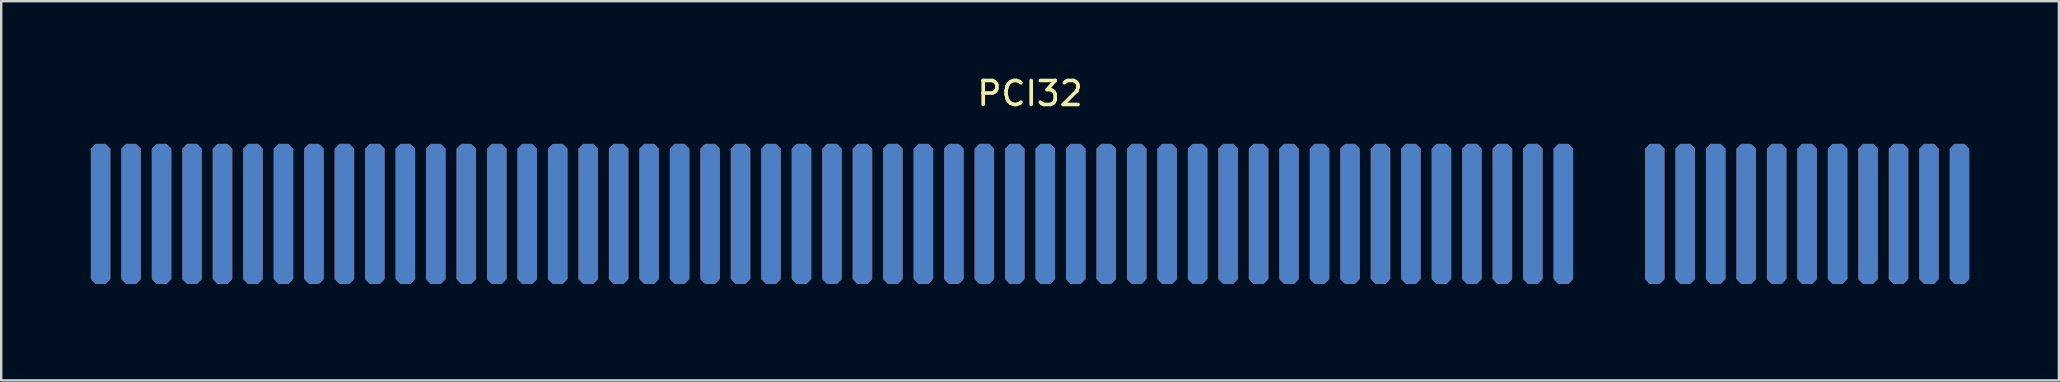
<source format=kicad_pcb>
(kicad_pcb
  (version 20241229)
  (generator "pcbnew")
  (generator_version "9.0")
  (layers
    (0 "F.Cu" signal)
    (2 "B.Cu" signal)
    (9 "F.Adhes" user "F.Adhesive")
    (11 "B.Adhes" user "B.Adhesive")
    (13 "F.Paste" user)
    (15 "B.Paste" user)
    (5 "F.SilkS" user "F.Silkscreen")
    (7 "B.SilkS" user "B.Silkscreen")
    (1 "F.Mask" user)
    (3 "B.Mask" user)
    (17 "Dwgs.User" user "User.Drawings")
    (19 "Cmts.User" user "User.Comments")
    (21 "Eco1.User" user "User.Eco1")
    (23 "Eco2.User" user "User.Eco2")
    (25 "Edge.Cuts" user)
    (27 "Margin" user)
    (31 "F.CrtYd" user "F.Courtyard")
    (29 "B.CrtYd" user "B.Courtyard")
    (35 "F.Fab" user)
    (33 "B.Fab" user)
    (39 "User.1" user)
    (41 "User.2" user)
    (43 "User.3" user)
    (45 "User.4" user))
  (footprint "PCI32"
    (layer "F.Cu")
    (at 1.143 5.866)
    (property "Reference" "PCI32" (at 38.735 -5.018 0) (layer "F.SilkS") (effects (font (size 1 1) (thickness 0.15))))
    (fp_rect (start -1.016 3.81) (end 61.849 -3.048) (stroke (width 0) (type default)) (fill yes) (layer "F.Mask"))
    (fp_rect (start 63.881 3.81) (end 78.486 -3.048) (stroke (width 0) (type default)) (fill yes) (layer "F.Mask"))
    (fp_rect (start -1.016 3.81) (end 61.849 -3.048) (stroke (width 0) (type default)) (fill yes) (layer "B.Mask"))
    (fp_rect (start 63.881 3.81) (end 78.486 -3.048) (stroke (width 0) (type default)) (fill yes) (layer "B.Mask"))
    (fp_line (start -1.016 3.175) (end -1.016 -3.81) (stroke (width 0.254) (type solid)) (layer "User.1"))
    (fp_line (start -1.016 3.175) (end -0.381 3.81) (stroke (width 0.254) (type solid)) (layer "User.1"))
    (fp_line (start -0.381 3.81) (end 61.341 3.81) (stroke (width 0.254) (type solid)) (layer "User.1"))
    (fp_line (start 61.341 3.81) (end 61.849 3.302) (stroke (width 0.254) (type solid)) (layer "User.1"))
    (fp_line (start 61.849 3.302) (end 61.849 -3.175) (stroke (width 0.254) (type solid)) (layer "User.1"))
    (fp_line (start 63.881 3.302) (end 63.881 -3.175) (stroke (width 0.254) (type solid)) (layer "User.1"))
    (fp_line (start 63.881 3.302) (end 64.389 3.81) (stroke (width 0.254) (type solid)) (layer "User.1"))
    (fp_line (start 64.389 3.81) (end 77.851 3.81) (stroke (width 0.254) (type solid)) (layer "User.1"))
    (fp_line (start 77.851 3.81) (end 78.486 3.175) (stroke (width 0.254) (type solid)) (layer "User.1"))
    (fp_line (start 78.486 3.175) (end 78.486 -3.81) (stroke (width 0.254) (type solid)) (layer "User.1"))
    (fp_arc (start 61.849 -3.175) (mid 62.865 -4.191) (end 63.881 -3.175) (stroke (width 0.254) (type solid)) (layer "User.1"))
    (pad "1" smd roundrect (at 0 0) (size 0.813 5.842) (layers "F.Cu" "F.Mask" "F.Paste") (roundrect_rratio 0.25) (chamfer_ratio 0.25) (chamfer top_left top_right bottom_left bottom_right))
    (pad "2" smd roundrect (at 1.27 0) (size 0.813 5.842) (layers "F.Cu" "F.Mask" "F.Paste") (roundrect_rratio 0.25) (chamfer_ratio 0.25) (chamfer top_left top_right bottom_left bottom_right))
    (pad "3" smd roundrect (at 2.54 0) (size 0.813 5.842) (layers "F.Cu" "F.Mask" "F.Paste") (roundrect_rratio 0.25) (chamfer_ratio 0.25) (chamfer top_left top_right bottom_left bottom_right))
    (pad "4" smd roundrect (at 3.81 0) (size 0.813 5.842) (layers "F.Cu" "F.Mask" "F.Paste") (roundrect_rratio 0.25) (chamfer_ratio 0.25) (chamfer top_left top_right bottom_left bottom_right))
    (pad "5" smd roundrect (at 5.08 0) (size 0.813 5.842) (layers "F.Cu" "F.Mask" "F.Paste") (roundrect_rratio 0.25) (chamfer_ratio 0.25) (chamfer top_left top_right bottom_left bottom_right))
    (pad "6" smd roundrect (at 6.35 0) (size 0.813 5.842) (layers "F.Cu" "F.Mask" "F.Paste") (roundrect_rratio 0.25) (chamfer_ratio 0.25) (chamfer top_left top_right bottom_left bottom_right))
    (pad "7" smd roundrect (at 7.62 0) (size 0.813 5.842) (layers "F.Cu" "F.Mask" "F.Paste") (roundrect_rratio 0.25) (chamfer_ratio 0.25) (chamfer top_left top_right bottom_left bottom_right))
    (pad "8" smd roundrect (at 8.89 0) (size 0.813 5.842) (layers "F.Cu" "F.Mask" "F.Paste") (roundrect_rratio 0.25) (chamfer_ratio 0.25) (chamfer top_left top_right bottom_left bottom_right))
    (pad "9" smd roundrect (at 10.16 0) (size 0.813 5.842) (layers "F.Cu" "F.Mask" "F.Paste") (roundrect_rratio 0.25) (chamfer_ratio 0.25) (chamfer top_left top_right bottom_left bottom_right))
    (pad "10" smd roundrect (at 11.43 0) (size 0.813 5.842) (layers "F.Cu" "F.Mask" "F.Paste") (roundrect_rratio 0.25) (chamfer_ratio 0.25) (chamfer top_left top_right bottom_left bottom_right))
    (pad "11" smd roundrect (at 12.7 0) (size 0.813 5.842) (layers "F.Cu" "F.Mask" "F.Paste") (roundrect_rratio 0.25) (chamfer_ratio 0.25) (chamfer top_left top_right bottom_left bottom_right))
    (pad "12" smd roundrect (at 13.97 0) (size 0.813 5.842) (layers "F.Cu" "F.Mask" "F.Paste") (roundrect_rratio 0.25) (chamfer_ratio 0.25) (chamfer top_left top_right bottom_left bottom_right))
    (pad "13" smd roundrect (at 15.24 0) (size 0.813 5.842) (layers "F.Cu" "F.Mask" "F.Paste") (roundrect_rratio 0.25) (chamfer_ratio 0.25) (chamfer top_left top_right bottom_left bottom_right))
    (pad "14" smd roundrect (at 16.51 0) (size 0.813 5.842) (layers "F.Cu" "F.Mask" "F.Paste") (roundrect_rratio 0.25) (chamfer_ratio 0.25) (chamfer top_left top_right bottom_left bottom_right))
    (pad "15" smd roundrect (at 17.78 0) (size 0.813 5.842) (layers "F.Cu" "F.Mask" "F.Paste") (roundrect_rratio 0.25) (chamfer_ratio 0.25) (chamfer top_left top_right bottom_left bottom_right))
    (pad "16" smd roundrect (at 19.05 0) (size 0.813 5.842) (layers "F.Cu" "F.Mask" "F.Paste") (roundrect_rratio 0.25) (chamfer_ratio 0.25) (chamfer top_left top_right bottom_left bottom_right))
    (pad "17" smd roundrect (at 20.32 0) (size 0.813 5.842) (layers "F.Cu" "F.Mask" "F.Paste") (roundrect_rratio 0.25) (chamfer_ratio 0.25) (chamfer top_left top_right bottom_left bottom_right))
    (pad "18" smd roundrect (at 21.59 0) (size 0.813 5.842) (layers "F.Cu" "F.Mask" "F.Paste") (roundrect_rratio 0.25) (chamfer_ratio 0.25) (chamfer top_left top_right bottom_left bottom_right))
    (pad "19" smd roundrect (at 22.86 0) (size 0.813 5.842) (layers "F.Cu" "F.Mask" "F.Paste") (roundrect_rratio 0.25) (chamfer_ratio 0.25) (chamfer top_left top_right bottom_left bottom_right))
    (pad "20" smd roundrect (at 24.13 0) (size 0.813 5.842) (layers "F.Cu" "F.Mask" "F.Paste") (roundrect_rratio 0.25) (chamfer_ratio 0.25) (chamfer top_left top_right bottom_left bottom_right))
    (pad "21" smd roundrect (at 25.4 0) (size 0.813 5.842) (layers "F.Cu" "F.Mask" "F.Paste") (roundrect_rratio 0.25) (chamfer_ratio 0.25) (chamfer top_left top_right bottom_left bottom_right))
    (pad "22" smd roundrect (at 26.67 0) (size 0.813 5.842) (layers "F.Cu" "F.Mask" "F.Paste") (roundrect_rratio 0.25) (chamfer_ratio 0.25) (chamfer top_left top_right bottom_left bottom_right))
    (pad "23" smd roundrect (at 27.94 0) (size 0.813 5.842) (layers "F.Cu" "F.Mask" "F.Paste") (roundrect_rratio 0.25) (chamfer_ratio 0.25) (chamfer top_left top_right bottom_left bottom_right))
    (pad "24" smd roundrect (at 29.21 0) (size 0.813 5.842) (layers "F.Cu" "F.Mask" "F.Paste") (roundrect_rratio 0.25) (chamfer_ratio 0.25) (chamfer top_left top_right bottom_left bottom_right))
    (pad "25" smd roundrect (at 30.48 0) (size 0.813 5.842) (layers "F.Cu" "F.Mask" "F.Paste") (roundrect_rratio 0.25) (chamfer_ratio 0.25) (chamfer top_left top_right bottom_left bottom_right))
    (pad "26" smd roundrect (at 31.75 0) (size 0.813 5.842) (layers "F.Cu" "F.Mask" "F.Paste") (roundrect_rratio 0.25) (chamfer_ratio 0.25) (chamfer top_left top_right bottom_left bottom_right))
    (pad "27" smd roundrect (at 33.02 0) (size 0.813 5.842) (layers "F.Cu" "F.Mask" "F.Paste") (roundrect_rratio 0.25) (chamfer_ratio 0.25) (chamfer top_left top_right bottom_left bottom_right))
    (pad "28" smd roundrect (at 34.29 0) (size 0.813 5.842) (layers "F.Cu" "F.Mask" "F.Paste") (roundrect_rratio 0.25) (chamfer_ratio 0.25) (chamfer top_left top_right bottom_left bottom_right))
    (pad "29" smd roundrect (at 35.56 0) (size 0.813 5.842) (layers "F.Cu" "F.Mask" "F.Paste") (roundrect_rratio 0.25) (chamfer_ratio 0.25) (chamfer top_left top_right bottom_left bottom_right))
    (pad "30" smd roundrect (at 36.83 0) (size 0.813 5.842) (layers "F.Cu" "F.Mask" "F.Paste") (roundrect_rratio 0.25) (chamfer_ratio 0.25) (chamfer top_left top_right bottom_left bottom_right))
    (pad "31" smd roundrect (at 38.1 0) (size 0.813 5.842) (layers "F.Cu" "F.Mask" "F.Paste") (roundrect_rratio 0.25) (chamfer_ratio 0.25) (chamfer top_left top_right bottom_left bottom_right))
    (pad "32" smd roundrect (at 39.37 0) (size 0.813 5.842) (layers "F.Cu" "F.Mask" "F.Paste") (roundrect_rratio 0.25) (chamfer_ratio 0.25) (chamfer top_left top_right bottom_left bottom_right))
    (pad "33" smd roundrect (at 40.64 0) (size 0.813 5.842) (layers "F.Cu" "F.Mask" "F.Paste") (roundrect_rratio 0.25) (chamfer_ratio 0.25) (chamfer top_left top_right bottom_left bottom_right))
    (pad "34" smd roundrect (at 41.91 0) (size 0.813 5.842) (layers "F.Cu" "F.Mask" "F.Paste") (roundrect_rratio 0.25) (chamfer_ratio 0.25) (chamfer top_left top_right bottom_left bottom_right))
    (pad "35" smd roundrect (at 43.18 0) (size 0.813 5.842) (layers "F.Cu" "F.Mask" "F.Paste") (roundrect_rratio 0.25) (chamfer_ratio 0.25) (chamfer top_left top_right bottom_left bottom_right))
    (pad "36" smd roundrect (at 44.45 0) (size 0.813 5.842) (layers "F.Cu" "F.Mask" "F.Paste") (roundrect_rratio 0.25) (chamfer_ratio 0.25) (chamfer top_left top_right bottom_left bottom_right))
    (pad "37" smd roundrect (at 45.72 0) (size 0.813 5.842) (layers "F.Cu" "F.Mask" "F.Paste") (roundrect_rratio 0.25) (chamfer_ratio 0.25) (chamfer top_left top_right bottom_left bottom_right))
    (pad "38" smd roundrect (at 46.99 0) (size 0.813 5.842) (layers "F.Cu" "F.Mask" "F.Paste") (roundrect_rratio 0.25) (chamfer_ratio 0.25) (chamfer top_left top_right bottom_left bottom_right))
    (pad "39" smd roundrect (at 48.26 0) (size 0.813 5.842) (layers "F.Cu" "F.Mask" "F.Paste") (roundrect_rratio 0.25) (chamfer_ratio 0.25) (chamfer top_left top_right bottom_left bottom_right))
    (pad "40" smd roundrect (at 49.53 0) (size 0.813 5.842) (layers "F.Cu" "F.Mask" "F.Paste") (roundrect_rratio 0.25) (chamfer_ratio 0.25) (chamfer top_left top_right bottom_left bottom_right))
    (pad "41" smd roundrect (at 50.8 0) (size 0.813 5.842) (layers "F.Cu" "F.Mask" "F.Paste") (roundrect_rratio 0.25) (chamfer_ratio 0.25) (chamfer top_left top_right bottom_left bottom_right))
    (pad "42" smd roundrect (at 52.07 0) (size 0.813 5.842) (layers "F.Cu" "F.Mask" "F.Paste") (roundrect_rratio 0.25) (chamfer_ratio 0.25) (chamfer top_left top_right bottom_left bottom_right))
    (pad "43" smd roundrect (at 53.34 0) (size 0.813 5.842) (layers "F.Cu" "F.Mask" "F.Paste") (roundrect_rratio 0.25) (chamfer_ratio 0.25) (chamfer top_left top_right bottom_left bottom_right))
    (pad "44" smd roundrect (at 54.61 0) (size 0.813 5.842) (layers "F.Cu" "F.Mask" "F.Paste") (roundrect_rratio 0.25) (chamfer_ratio 0.25) (chamfer top_left top_right bottom_left bottom_right))
    (pad "45" smd roundrect (at 55.88 0) (size 0.813 5.842) (layers "F.Cu" "F.Mask" "F.Paste") (roundrect_rratio 0.25) (chamfer_ratio 0.25) (chamfer top_left top_right bottom_left bottom_right))
    (pad "46" smd roundrect (at 57.15 0) (size 0.813 5.842) (layers "F.Cu" "F.Mask" "F.Paste") (roundrect_rratio 0.25) (chamfer_ratio 0.25) (chamfer top_left top_right bottom_left bottom_right))
    (pad "47" smd roundrect (at 58.42 0) (size 0.813 5.842) (layers "F.Cu" "F.Mask" "F.Paste") (roundrect_rratio 0.25) (chamfer_ratio 0.25) (chamfer top_left top_right bottom_left bottom_right))
    (pad "48" smd roundrect (at 59.69 0) (size 0.813 5.842) (layers "F.Cu" "F.Mask" "F.Paste") (roundrect_rratio 0.25) (chamfer_ratio 0.25) (chamfer top_left top_right bottom_left bottom_right))
    (pad "49" smd roundrect (at 60.96 0) (size 0.813 5.842) (layers "F.Cu" "F.Mask" "F.Paste") (roundrect_rratio 0.25) (chamfer_ratio 0.25) (chamfer top_left top_right bottom_left bottom_right))
    (pad "52" smd roundrect (at 64.77 0) (size 0.813 5.842) (layers "F.Cu" "F.Mask" "F.Paste") (roundrect_rratio 0.25) (chamfer_ratio 0.25) (chamfer top_left top_right bottom_left bottom_right))
    (pad "53" smd roundrect (at 66.04 0) (size 0.813 5.842) (layers "F.Cu" "F.Mask" "F.Paste") (roundrect_rratio 0.25) (chamfer_ratio 0.25) (chamfer top_left top_right bottom_left bottom_right))
    (pad "54" smd roundrect (at 67.31 0) (size 0.813 5.842) (layers "F.Cu" "F.Mask" "F.Paste") (roundrect_rratio 0.25) (chamfer_ratio 0.25) (chamfer top_left top_right bottom_left bottom_right))
    (pad "55" smd roundrect (at 68.58 0) (size 0.813 5.842) (layers "F.Cu" "F.Mask" "F.Paste") (roundrect_rratio 0.25) (chamfer_ratio 0.25) (chamfer top_left top_right bottom_left bottom_right))
    (pad "56" smd roundrect (at 69.85 0) (size 0.813 5.842) (layers "F.Cu" "F.Mask" "F.Paste") (roundrect_rratio 0.25) (chamfer_ratio 0.25) (chamfer top_left top_right bottom_left bottom_right))
    (pad "57" smd roundrect (at 71.12 0) (size 0.813 5.842) (layers "F.Cu" "F.Mask" "F.Paste") (roundrect_rratio 0.25) (chamfer_ratio 0.25) (chamfer top_left top_right bottom_left bottom_right))
    (pad "58" smd roundrect (at 72.39 0) (size 0.813 5.842) (layers "F.Cu" "F.Mask" "F.Paste") (roundrect_rratio 0.25) (chamfer_ratio 0.25) (chamfer top_left top_right bottom_left bottom_right))
    (pad "59" smd roundrect (at 73.66 0) (size 0.813 5.842) (layers "F.Cu" "F.Mask" "F.Paste") (roundrect_rratio 0.25) (chamfer_ratio 0.25) (chamfer top_left top_right bottom_left bottom_right))
    (pad "60" smd roundrect (at 74.93 0) (size 0.813 5.842) (layers "F.Cu" "F.Mask" "F.Paste") (roundrect_rratio 0.25) (chamfer_ratio 0.25) (chamfer top_left top_right bottom_left bottom_right))
    (pad "61" smd roundrect (at 76.2 0) (size 0.813 5.842) (layers "F.Cu" "F.Mask" "F.Paste") (roundrect_rratio 0.25) (chamfer_ratio 0.25) (chamfer top_left top_right bottom_left bottom_right))
    (pad "62" smd roundrect (at 77.47 0) (size 0.813 5.842) (layers "F.Cu" "F.Mask" "F.Paste") (roundrect_rratio 0.25) (chamfer_ratio 0.25) (chamfer top_left top_right bottom_left bottom_right))
    (pad "63" smd roundrect (at 77.47 0) (size 0.813 5.842) (layers "B.Cu" "B.Mask" "B.Paste") (roundrect_rratio 0.25) (chamfer_ratio 0.25) (chamfer top_left top_right bottom_left bottom_right))
    (pad "64" smd roundrect (at 76.2 0) (size 0.813 5.842) (layers "B.Cu" "B.Mask" "B.Paste") (roundrect_rratio 0.25) (chamfer_ratio 0.25) (chamfer top_left top_right bottom_left bottom_right))
    (pad "65" smd roundrect (at 74.93 0) (size 0.813 5.842) (layers "B.Cu" "B.Mask" "B.Paste") (roundrect_rratio 0.25) (chamfer_ratio 0.25) (chamfer top_left top_right bottom_left bottom_right))
    (pad "66" smd roundrect (at 73.66 0) (size 0.813 5.842) (layers "B.Cu" "B.Mask" "B.Paste") (roundrect_rratio 0.25) (chamfer_ratio 0.25) (chamfer top_left top_right bottom_left bottom_right))
    (pad "67" smd roundrect (at 72.39 0) (size 0.813 5.842) (layers "B.Cu" "B.Mask" "B.Paste") (roundrect_rratio 0.25) (chamfer_ratio 0.25) (chamfer top_left top_right bottom_left bottom_right))
    (pad "68" smd roundrect (at 71.12 0) (size 0.813 5.842) (layers "B.Cu" "B.Mask" "B.Paste") (roundrect_rratio 0.25) (chamfer_ratio 0.25) (chamfer top_left top_right bottom_left bottom_right))
    (pad "69" smd roundrect (at 69.85 0) (size 0.813 5.842) (layers "B.Cu" "B.Mask" "B.Paste") (roundrect_rratio 0.25) (chamfer_ratio 0.25) (chamfer top_left top_right bottom_left bottom_right))
    (pad "70" smd roundrect (at 68.58 0) (size 0.813 5.842) (layers "B.Cu" "B.Mask" "B.Paste") (roundrect_rratio 0.25) (chamfer_ratio 0.25) (chamfer top_left top_right bottom_left bottom_right))
    (pad "71" smd roundrect (at 67.31 0) (size 0.813 5.842) (layers "B.Cu" "B.Mask" "B.Paste") (roundrect_rratio 0.25) (chamfer_ratio 0.25) (chamfer top_left top_right bottom_left bottom_right))
    (pad "72" smd roundrect (at 66.04 0) (size 0.813 5.842) (layers "B.Cu" "B.Mask" "B.Paste") (roundrect_rratio 0.25) (chamfer_ratio 0.25) (chamfer top_left top_right bottom_left bottom_right))
    (pad "73" smd roundrect (at 64.77 0) (size 0.813 5.842) (layers "B.Cu" "B.Mask" "B.Paste") (roundrect_rratio 0.25) (chamfer_ratio 0.25) (chamfer top_left top_right bottom_left bottom_right))
    (pad "76" smd roundrect (at 60.96 0) (size 0.813 5.842) (layers "B.Cu" "B.Mask" "B.Paste") (roundrect_rratio 0.25) (chamfer_ratio 0.25) (chamfer top_left top_right bottom_left bottom_right))
    (pad "77" smd roundrect (at 59.69 0) (size 0.813 5.842) (layers "B.Cu" "B.Mask" "B.Paste") (roundrect_rratio 0.25) (chamfer_ratio 0.25) (chamfer top_left top_right bottom_left bottom_right))
    (pad "78" smd roundrect (at 58.42 0) (size 0.813 5.842) (layers "B.Cu" "B.Mask" "B.Paste") (roundrect_rratio 0.25) (chamfer_ratio 0.25) (chamfer top_left top_right bottom_left bottom_right))
    (pad "79" smd roundrect (at 57.15 0) (size 0.813 5.842) (layers "B.Cu" "B.Mask" "B.Paste") (roundrect_rratio 0.25) (chamfer_ratio 0.25) (chamfer top_left top_right bottom_left bottom_right))
    (pad "80" smd roundrect (at 55.88 0) (size 0.813 5.842) (layers "B.Cu" "B.Mask" "B.Paste") (roundrect_rratio 0.25) (chamfer_ratio 0.25) (chamfer top_left top_right bottom_left bottom_right))
    (pad "81" smd roundrect (at 54.61 0) (size 0.813 5.842) (layers "B.Cu" "B.Mask" "B.Paste") (roundrect_rratio 0.25) (chamfer_ratio 0.25) (chamfer top_left top_right bottom_left bottom_right))
    (pad "82" smd roundrect (at 53.34 0) (size 0.813 5.842) (layers "B.Cu" "B.Mask" "B.Paste") (roundrect_rratio 0.25) (chamfer_ratio 0.25) (chamfer top_left top_right bottom_left bottom_right))
    (pad "83" smd roundrect (at 52.07 0) (size 0.813 5.842) (layers "B.Cu" "B.Mask" "B.Paste") (roundrect_rratio 0.25) (chamfer_ratio 0.25) (chamfer top_left top_right bottom_left bottom_right))
    (pad "84" smd roundrect (at 50.8 0) (size 0.813 5.842) (layers "B.Cu" "B.Mask" "B.Paste") (roundrect_rratio 0.25) (chamfer_ratio 0.25) (chamfer top_left top_right bottom_left bottom_right))
    (pad "85" smd roundrect (at 49.53 0) (size 0.813 5.842) (layers "B.Cu" "B.Mask" "B.Paste") (roundrect_rratio 0.25) (chamfer_ratio 0.25) (chamfer top_left top_right bottom_left bottom_right))
    (pad "86" smd roundrect (at 48.26 0) (size 0.813 5.842) (layers "B.Cu" "B.Mask" "B.Paste") (roundrect_rratio 0.25) (chamfer_ratio 0.25) (chamfer top_left top_right bottom_left bottom_right))
    (pad "87" smd roundrect (at 46.99 0) (size 0.813 5.842) (layers "B.Cu" "B.Mask" "B.Paste") (roundrect_rratio 0.25) (chamfer_ratio 0.25) (chamfer top_left top_right bottom_left bottom_right))
    (pad "88" smd roundrect (at 45.72 0) (size 0.813 5.842) (layers "B.Cu" "B.Mask" "B.Paste") (roundrect_rratio 0.25) (chamfer_ratio 0.25) (chamfer top_left top_right bottom_left bottom_right))
    (pad "89" smd roundrect (at 44.45 0) (size 0.813 5.842) (layers "B.Cu" "B.Mask" "B.Paste") (roundrect_rratio 0.25) (chamfer_ratio 0.25) (chamfer top_left top_right bottom_left bottom_right))
    (pad "90" smd roundrect (at 43.18 0) (size 0.813 5.842) (layers "B.Cu" "B.Mask" "B.Paste") (roundrect_rratio 0.25) (chamfer_ratio 0.25) (chamfer top_left top_right bottom_left bottom_right))
    (pad "91" smd roundrect (at 41.91 0) (size 0.813 5.842) (layers "B.Cu" "B.Mask" "B.Paste") (roundrect_rratio 0.25) (chamfer_ratio 0.25) (chamfer top_left top_right bottom_left bottom_right))
    (pad "92" smd roundrect (at 40.64 0) (size 0.813 5.842) (layers "B.Cu" "B.Mask" "B.Paste") (roundrect_rratio 0.25) (chamfer_ratio 0.25) (chamfer top_left top_right bottom_left bottom_right))
    (pad "93" smd roundrect (at 39.37 0) (size 0.813 5.842) (layers "B.Cu" "B.Mask" "B.Paste") (roundrect_rratio 0.25) (chamfer_ratio 0.25) (chamfer top_left top_right bottom_left bottom_right))
    (pad "94" smd roundrect (at 38.1 0) (size 0.813 5.842) (layers "B.Cu" "B.Mask" "B.Paste") (roundrect_rratio 0.25) (chamfer_ratio 0.25) (chamfer top_left top_right bottom_left bottom_right))
    (pad "95" smd roundrect (at 36.83 0) (size 0.813 5.842) (layers "B.Cu" "B.Mask" "B.Paste") (roundrect_rratio 0.25) (chamfer_ratio 0.25) (chamfer top_left top_right bottom_left bottom_right))
    (pad "96" smd roundrect (at 35.56 0) (size 0.813 5.842) (layers "B.Cu" "B.Mask" "B.Paste") (roundrect_rratio 0.25) (chamfer_ratio 0.25) (chamfer top_left top_right bottom_left bottom_right))
    (pad "97" smd roundrect (at 34.29 0) (size 0.813 5.842) (layers "B.Cu" "B.Mask" "B.Paste") (roundrect_rratio 0.25) (chamfer_ratio 0.25) (chamfer top_left top_right bottom_left bottom_right))
    (pad "98" smd roundrect (at 33.02 0) (size 0.813 5.842) (layers "B.Cu" "B.Mask" "B.Paste") (roundrect_rratio 0.25) (chamfer_ratio 0.25) (chamfer top_left top_right bottom_left bottom_right))
    (pad "99" smd roundrect (at 31.75 0) (size 0.813 5.842) (layers "B.Cu" "B.Mask" "B.Paste") (roundrect_rratio 0.25) (chamfer_ratio 0.25) (chamfer top_left top_right bottom_left bottom_right))
    (pad "100" smd roundrect (at 30.48 0) (size 0.813 5.842) (layers "B.Cu" "B.Mask" "B.Paste") (roundrect_rratio 0.25) (chamfer_ratio 0.25) (chamfer top_left top_right bottom_left bottom_right))
    (pad "101" smd roundrect (at 29.21 0) (size 0.813 5.842) (layers "B.Cu" "B.Mask" "B.Paste") (roundrect_rratio 0.25) (chamfer_ratio 0.25) (chamfer top_left top_right bottom_left bottom_right))
    (pad "102" smd roundrect (at 27.94 0) (size 0.813 5.842) (layers "B.Cu" "B.Mask" "B.Paste") (roundrect_rratio 0.25) (chamfer_ratio 0.25) (chamfer top_left top_right bottom_left bottom_right))
    (pad "103" smd roundrect (at 26.67 0) (size 0.813 5.842) (layers "B.Cu" "B.Mask" "B.Paste") (roundrect_rratio 0.25) (chamfer_ratio 0.25) (chamfer top_left top_right bottom_left bottom_right))
    (pad "104" smd roundrect (at 25.4 0) (size 0.813 5.842) (layers "B.Cu" "B.Mask" "B.Paste") (roundrect_rratio 0.25) (chamfer_ratio 0.25) (chamfer top_left top_right bottom_left bottom_right))
    (pad "105" smd roundrect (at 24.13 0) (size 0.813 5.842) (layers "B.Cu" "B.Mask" "B.Paste") (roundrect_rratio 0.25) (chamfer_ratio 0.25) (chamfer top_left top_right bottom_left bottom_right))
    (pad "106" smd roundrect (at 22.86 0) (size 0.813 5.842) (layers "B.Cu" "B.Mask" "B.Paste") (roundrect_rratio 0.25) (chamfer_ratio 0.25) (chamfer top_left top_right bottom_left bottom_right))
    (pad "107" smd roundrect (at 21.59 0) (size 0.813 5.842) (layers "B.Cu" "B.Mask" "B.Paste") (roundrect_rratio 0.25) (chamfer_ratio 0.25) (chamfer top_left top_right bottom_left bottom_right))
    (pad "108" smd roundrect (at 20.32 0) (size 0.813 5.842) (layers "B.Cu" "B.Mask" "B.Paste") (roundrect_rratio 0.25) (chamfer_ratio 0.25) (chamfer top_left top_right bottom_left bottom_right))
    (pad "109" smd roundrect (at 19.05 0) (size 0.813 5.842) (layers "B.Cu" "B.Mask" "B.Paste") (roundrect_rratio 0.25) (chamfer_ratio 0.25) (chamfer top_left top_right bottom_left bottom_right))
    (pad "110" smd roundrect (at 17.78 0) (size 0.813 5.842) (layers "B.Cu" "B.Mask" "B.Paste") (roundrect_rratio 0.25) (chamfer_ratio 0.25) (chamfer top_left top_right bottom_left bottom_right))
    (pad "111" smd roundrect (at 16.51 0) (size 0.813 5.842) (layers "B.Cu" "B.Mask" "B.Paste") (roundrect_rratio 0.25) (chamfer_ratio 0.25) (chamfer top_left top_right bottom_left bottom_right))
    (pad "112" smd roundrect (at 15.24 0) (size 0.813 5.842) (layers "B.Cu" "B.Mask" "B.Paste") (roundrect_rratio 0.25) (chamfer_ratio 0.25) (chamfer top_left top_right bottom_left bottom_right))
    (pad "113" smd roundrect (at 13.97 0) (size 0.813 5.842) (layers "B.Cu" "B.Mask" "B.Paste") (roundrect_rratio 0.25) (chamfer_ratio 0.25) (chamfer top_left top_right bottom_left bottom_right))
    (pad "114" smd roundrect (at 12.7 0) (size 0.813 5.842) (layers "B.Cu" "B.Mask" "B.Paste") (roundrect_rratio 0.25) (chamfer_ratio 0.25) (chamfer top_left top_right bottom_left bottom_right))
    (pad "115" smd roundrect (at 11.43 0) (size 0.813 5.842) (layers "B.Cu" "B.Mask" "B.Paste") (roundrect_rratio 0.25) (chamfer_ratio 0.25) (chamfer top_left top_right bottom_left bottom_right))
    (pad "116" smd roundrect (at 10.16 0) (size 0.813 5.842) (layers "B.Cu" "B.Mask" "B.Paste") (roundrect_rratio 0.25) (chamfer_ratio 0.25) (chamfer top_left top_right bottom_left bottom_right))
    (pad "117" smd roundrect (at 8.89 0) (size 0.813 5.842) (layers "B.Cu" "B.Mask" "B.Paste") (roundrect_rratio 0.25) (chamfer_ratio 0.25) (chamfer top_left top_right bottom_left bottom_right))
    (pad "118" smd roundrect (at 7.62 0) (size 0.813 5.842) (layers "B.Cu" "B.Mask" "B.Paste") (roundrect_rratio 0.25) (chamfer_ratio 0.25) (chamfer top_left top_right bottom_left bottom_right))
    (pad "119" smd roundrect (at 6.35 0) (size 0.813 5.842) (layers "B.Cu" "B.Mask" "B.Paste") (roundrect_rratio 0.25) (chamfer_ratio 0.25) (chamfer top_left top_right bottom_left bottom_right))
    (pad "120" smd roundrect (at 5.08 0) (size 0.813 5.842) (layers "B.Cu" "B.Mask" "B.Paste") (roundrect_rratio 0.25) (chamfer_ratio 0.25) (chamfer top_left top_right bottom_left bottom_right))
    (pad "121" smd roundrect (at 3.81 0) (size 0.813 5.842) (layers "B.Cu" "B.Mask" "B.Paste") (roundrect_rratio 0.25) (chamfer_ratio 0.25) (chamfer top_left top_right bottom_left bottom_right))
    (pad "122" smd roundrect (at 2.54 0) (size 0.813 5.842) (layers "B.Cu" "B.Mask" "B.Paste") (roundrect_rratio 0.25) (chamfer_ratio 0.25) (chamfer top_left top_right bottom_left bottom_right))
    (pad "123" smd roundrect (at 1.27 0) (size 0.813 5.842) (layers "B.Cu" "B.Mask" "B.Paste") (roundrect_rratio 0.25) (chamfer_ratio 0.25) (chamfer top_left top_right bottom_left bottom_right))
    (pad "124" smd roundrect (at 0 0) (size 0.813 5.842) (layers "B.Cu" "B.Mask" "B.Paste") (roundrect_rratio 0.25) (chamfer_ratio 0.25) (chamfer top_left top_right bottom_left bottom_right))
    (zone (net_name "") (layers "F.Cu" "B.Cu") (hatch edge 0.5) (connect_pads) (min_thickness 0.25) (filled_areas_thickness no) (keepout (tracks not_allowed) (vias not_allowed) (pads not_allowed) (copperpour not_allowed) (footprints allowed)) (placement (enabled no)) (fill) (polygon (pts (xy 0.002 2.031) (xy 0.021 1.986) (xy 0.056 1.951) (xy 0.102 1.932) (xy 0.152 1.932) (xy 0.198 1.951) (xy 0.233 1.986) (xy 0.252 2.031) (xy 0.254 2.056) (xy 0.254 9.041) (xy 0.252 9.066) (xy 0.233 9.112) (xy 0.198 9.147) (xy 0.152 9.166) (xy 0.102 9.166) (xy 0.056 9.147) (xy 0.021 9.112) (xy 0.002 9.066) (xy 0 9.041) (xy 0 2.056))))
    (zone (net_name "") (layers "F.Cu" "B.Cu") (hatch edge 0.5) (connect_pads) (min_thickness 0.25) (filled_areas_thickness no) (keepout (tracks not_allowed) (vias not_allowed) (pads not_allowed) (copperpour not_allowed) (footprints allowed)) (placement (enabled no)) (fill) (polygon (pts (xy 0.868 9.606) (xy 0.887 9.651) (xy 0.887 9.701) (xy 0.868 9.747) (xy 0.833 9.782) (xy 0.787 9.801) (xy 0.737 9.801) (xy 0.691 9.782) (xy 0.672 9.766) (xy 0.037 9.131) (xy 0.021 9.112) (xy 0.002 9.066) (xy 0.002 9.016) (xy 0.021 8.971) (xy 0.056 8.936) (xy 0.102 8.917) (xy 0.152 8.917) (xy 0.198 8.936) (xy 0.217 8.951) (xy 0.852 9.586))))
    (zone (net_name "") (layers "F.Cu" "B.Cu") (hatch edge 0.5) (connect_pads) (min_thickness 0.25) (filled_areas_thickness no) (keepout (tracks not_allowed) (vias not_allowed) (pads not_allowed) (copperpour not_allowed) (footprints allowed)) (placement (enabled no)) (fill) (polygon (pts (xy 62.509 9.552) (xy 62.555 9.571) (xy 62.59 9.606) (xy 62.609 9.651) (xy 62.609 9.701) (xy 62.59 9.747) (xy 62.555 9.782) (xy 62.509 9.801) (xy 62.484 9.803) (xy 0.762 9.803) (xy 0.737 9.801) (xy 0.691 9.782) (xy 0.656 9.747) (xy 0.637 9.701) (xy 0.637 9.651) (xy 0.656 9.606) (xy 0.691 9.571) (xy 0.737 9.552) (xy 0.762 9.549) (xy 62.484 9.549))))
    (zone (net_name "") (layers "F.Cu" "B.Cu") (hatch edge 0.5) (connect_pads) (min_thickness 0.25) (filled_areas_thickness no) (keepout (tracks not_allowed) (vias not_allowed) (pads not_allowed) (copperpour not_allowed) (footprints allowed)) (placement (enabled no)) (fill) (polygon (pts (xy 62.867 2.666) (xy 62.886 2.621) (xy 62.921 2.586) (xy 62.967 2.567) (xy 63.017 2.567) (xy 63.063 2.586) (xy 63.098 2.621) (xy 63.117 2.666) (xy 63.119 2.691) (xy 63.119 9.168) (xy 63.117 9.193) (xy 63.098 9.239) (xy 63.063 9.274) (xy 63.017 9.293) (xy 62.967 9.293) (xy 62.921 9.274) (xy 62.886 9.239) (xy 62.867 9.193) (xy 62.865 9.168) (xy 62.865 2.691))))
    (zone (net_name "") (layers "F.Cu" "B.Cu") (hatch edge 0.5) (connect_pads) (min_thickness 0.25) (filled_areas_thickness no) (keepout (tracks not_allowed) (vias not_allowed) (pads not_allowed) (copperpour not_allowed) (footprints allowed)) (placement (enabled no)) (fill) (polygon (pts (xy 62.921 9.063) (xy 62.967 9.044) (xy 63.017 9.044) (xy 63.063 9.063) (xy 63.098 9.098) (xy 63.117 9.143) (xy 63.117 9.193) (xy 63.098 9.239) (xy 63.082 9.258) (xy 62.574 9.766) (xy 62.555 9.782) (xy 62.509 9.801) (xy 62.459 9.801) (xy 62.413 9.782) (xy 62.378 9.747) (xy 62.359 9.701) (xy 62.359 9.651) (xy 62.378 9.606) (xy 62.394 9.586) (xy 62.902 9.078))))
    (zone (net_name "") (layers "F.Cu" "B.Cu") (hatch edge 0.5) (connect_pads) (min_thickness 0.25) (filled_areas_thickness no) (keepout (tracks not_allowed) (vias not_allowed) (pads not_allowed) (copperpour not_allowed) (footprints allowed)) (placement (enabled no)) (fill) (polygon (pts (xy 64.899 2.666) (xy 64.918 2.621) (xy 64.953 2.586) (xy 64.999 2.567) (xy 65.049 2.567) (xy 65.095 2.586) (xy 65.13 2.621) (xy 65.149 2.666) (xy 65.151 2.691) (xy 65.151 9.168) (xy 65.149 9.193) (xy 65.13 9.239) (xy 65.095 9.274) (xy 65.049 9.293) (xy 64.999 9.293) (xy 64.953 9.274) (xy 64.918 9.239) (xy 64.899 9.193) (xy 64.897 9.168) (xy 64.897 2.691))))
    (zone (net_name "") (layers "F.Cu" "B.Cu") (hatch edge 0.5) (connect_pads) (min_thickness 0.25) (filled_areas_thickness no) (keepout (tracks not_allowed) (vias not_allowed) (pads not_allowed) (copperpour not_allowed) (footprints allowed)) (placement (enabled no)) (fill) (polygon (pts (xy 65.638 9.606) (xy 65.657 9.651) (xy 65.657 9.701) (xy 65.638 9.747) (xy 65.603 9.782) (xy 65.557 9.801) (xy 65.507 9.801) (xy 65.461 9.782) (xy 65.442 9.766) (xy 64.934 9.258) (xy 64.918 9.239) (xy 64.899 9.193) (xy 64.899 9.143) (xy 64.918 9.098) (xy 64.953 9.063) (xy 64.999 9.044) (xy 65.049 9.044) (xy 65.095 9.063) (xy 65.114 9.078) (xy 65.622 9.586))))
    (zone (net_name "") (layers "F.Cu" "B.Cu") (hatch edge 0.5) (connect_pads) (min_thickness 0.25) (filled_areas_thickness no) (keepout (tracks not_allowed) (vias not_allowed) (pads not_allowed) (copperpour not_allowed) (footprints allowed)) (placement (enabled no)) (fill) (polygon (pts (xy 79.019 9.552) (xy 79.065 9.571) (xy 79.1 9.606) (xy 79.119 9.651) (xy 79.119 9.701) (xy 79.1 9.747) (xy 79.065 9.782) (xy 79.019 9.801) (xy 78.994 9.803) (xy 65.532 9.803) (xy 65.507 9.801) (xy 65.461 9.782) (xy 65.426 9.747) (xy 65.407 9.701) (xy 65.407 9.651) (xy 65.426 9.606) (xy 65.461 9.571) (xy 65.507 9.552) (xy 65.532 9.549) (xy 78.994 9.549))))
    (zone (net_name "") (layers "F.Cu" "B.Cu") (hatch edge 0.5) (connect_pads) (min_thickness 0.25) (filled_areas_thickness no) (keepout (tracks not_allowed) (vias not_allowed) (pads not_allowed) (copperpour not_allowed) (footprints allowed)) (placement (enabled no)) (fill) (polygon (pts (xy 79.504 2.031) (xy 79.523 1.986) (xy 79.558 1.951) (xy 79.604 1.932) (xy 79.654 1.932) (xy 79.7 1.951) (xy 79.735 1.986) (xy 79.754 2.031) (xy 79.756 2.056) (xy 79.756 9.041) (xy 79.754 9.066) (xy 79.735 9.112) (xy 79.7 9.147) (xy 79.654 9.166) (xy 79.604 9.166) (xy 79.558 9.147) (xy 79.523 9.112) (xy 79.504 9.066) (xy 79.502 9.041) (xy 79.502 2.056))))
    (zone (net_name "") (layers "F.Cu" "B.Cu") (hatch edge 0.5) (connect_pads) (min_thickness 0.25) (filled_areas_thickness no) (keepout (tracks not_allowed) (vias not_allowed) (pads not_allowed) (copperpour not_allowed) (footprints allowed)) (placement (enabled no)) (fill) (polygon (pts (xy 79.558 8.936) (xy 79.604 8.917) (xy 79.654 8.917) (xy 79.7 8.936) (xy 79.735 8.971) (xy 79.754 9.016) (xy 79.754 9.066) (xy 79.735 9.112) (xy 79.719 9.131) (xy 79.084 9.766) (xy 79.065 9.782) (xy 79.019 9.801) (xy 78.969 9.801) (xy 78.923 9.782) (xy 78.888 9.747) (xy 78.869 9.701) (xy 78.869 9.651) (xy 78.888 9.606) (xy 78.904 9.586) (xy 79.539 8.951))))
    (zone (net_name "") (layers "F.Cu" "B.Cu") (hatch edge 0.5) (connect_pads) (min_thickness 0.25) (filled_areas_thickness no) (keepout (tracks not_allowed) (vias not_allowed) (pads not_allowed) (copperpour not_allowed) (footprints allowed)) (placement (enabled no)) (fill) (polygon (pts (xy 63.119 2.691) (xy 63.106 2.746) (xy 63.071 2.791) (xy 63.02 2.815) (xy 62.964 2.815) (xy 62.913 2.791) (xy 62.878 2.746) (xy 62.865 2.691) (xy 62.882 2.493) (xy 62.934 2.3) (xy 63.018 2.12) (xy 63.132 1.957) (xy 63.273 1.816) (xy 63.437 1.701) (xy 63.617 1.617) (xy 63.81 1.566) (xy 64.008 1.548) (xy 64.206 1.566) (xy 64.399 1.617) (xy 64.579 1.701) (xy 64.743 1.816) (xy 64.884 1.957) (xy 64.998 2.12) (xy 65.082 2.3) (xy 65.134 2.493) (xy 65.151 2.691) (xy 65.138 2.746) (xy 65.103 2.791) (xy 65.052 2.815) (xy 64.996 2.815) (xy 64.945 2.791) (xy 64.91 2.746) (xy 64.897 2.691) (xy 64.897 2.604) (xy 64.863 2.432) (xy 64.796 2.27) (xy 64.699 2.125) (xy 64.575 2.001) (xy 64.429 1.903) (xy 64.267 1.836) (xy 64.096 1.802) (xy 63.92 1.802) (xy 63.749 1.836) (xy 63.587 1.903) (xy 63.441 2.001) (xy 63.317 2.125) (xy 63.22 2.27) (xy 63.153 2.432) (xy 63.119 2.604)))))
  (gr_rect
    (start -3 -3)
    (end 82.756 12.803)
    (stroke (width 0.1) (type default))
    (fill no)
    (layer "Edge.Cuts")))
</source>
